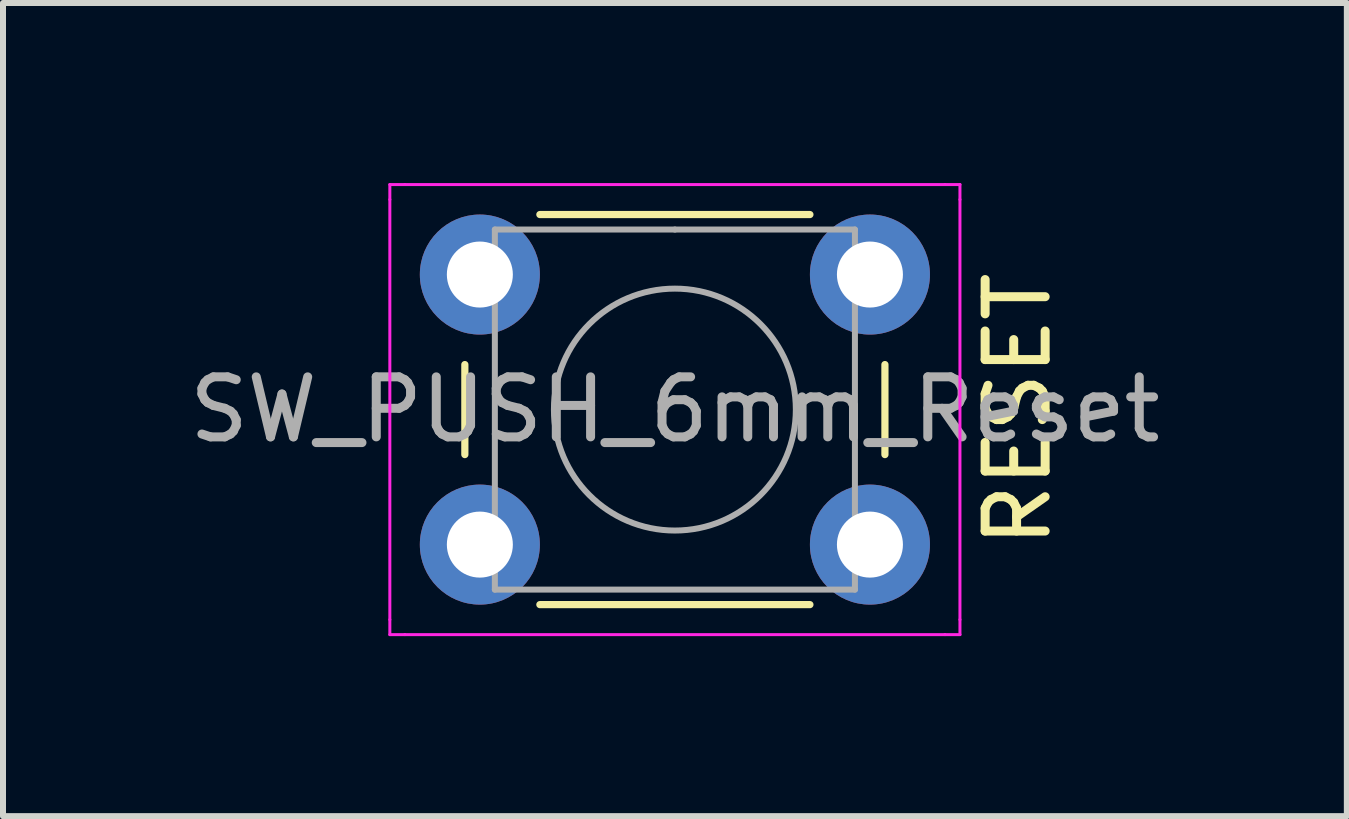
<source format=kicad_pcb>
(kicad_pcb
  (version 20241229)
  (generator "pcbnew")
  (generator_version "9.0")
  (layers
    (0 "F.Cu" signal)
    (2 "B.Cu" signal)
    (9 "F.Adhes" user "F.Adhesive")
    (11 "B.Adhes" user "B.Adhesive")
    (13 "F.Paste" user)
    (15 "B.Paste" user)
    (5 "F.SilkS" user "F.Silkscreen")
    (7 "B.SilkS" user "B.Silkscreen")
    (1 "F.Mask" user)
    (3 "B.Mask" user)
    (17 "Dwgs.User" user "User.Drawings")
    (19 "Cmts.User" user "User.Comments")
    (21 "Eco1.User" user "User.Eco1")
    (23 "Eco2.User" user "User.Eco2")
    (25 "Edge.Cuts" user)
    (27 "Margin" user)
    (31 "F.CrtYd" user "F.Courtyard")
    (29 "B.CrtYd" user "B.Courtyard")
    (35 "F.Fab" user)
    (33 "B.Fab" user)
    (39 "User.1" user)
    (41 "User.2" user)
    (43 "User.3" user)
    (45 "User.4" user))
  (footprint "SW_PUSH_6mm_Reset"
    (layer "F.Cu")
    (at 8.196 3.775)
    (property "Reference" "SW_PUSH_6mm_Reset" (at 0 0 180) (layer "F.Fab") (effects (font (size 1 1) (thickness 0.15))))
    (attr through_hole)
    (fp_line (start -3.5 -0.75) (end -3.5 0.75) (stroke (width 0.12) (type solid)) (layer "F.SilkS"))
    (fp_line (start -2.25 3.25) (end 2.25 3.25) (stroke (width 0.12) (type solid)) (layer "F.SilkS"))
    (fp_line (start 2.25 -3.25) (end -2.25 -3.25) (stroke (width 0.12) (type solid)) (layer "F.SilkS"))
    (fp_line (start 3.5 0.75) (end 3.5 -0.75) (stroke (width 0.12) (type solid)) (layer "F.SilkS"))
    (fp_line (start -4.75 -3.75) (end -4.5 -3.75) (stroke (width 0.05) (type solid)) (layer "F.CrtYd"))
    (fp_line (start -4.75 -3.5) (end -4.75 -3.75) (stroke (width 0.05) (type solid)) (layer "F.CrtYd"))
    (fp_line (start -4.75 3.5) (end -4.75 -3.5) (stroke (width 0.05) (type solid)) (layer "F.CrtYd"))
    (fp_line (start -4.75 3.5) (end -4.75 3.75) (stroke (width 0.05) (type solid)) (layer "F.CrtYd"))
    (fp_line (start -4.75 3.75) (end -4.5 3.75) (stroke (width 0.05) (type solid)) (layer "F.CrtYd"))
    (fp_line (start -4.5 -3.75) (end 4.5 -3.75) (stroke (width 0.05) (type solid)) (layer "F.CrtYd"))
    (fp_line (start 4.5 -3.75) (end 4.75 -3.75) (stroke (width 0.05) (type solid)) (layer "F.CrtYd"))
    (fp_line (start 4.5 3.75) (end -4.5 3.75) (stroke (width 0.05) (type solid)) (layer "F.CrtYd"))
    (fp_line (start 4.5 3.75) (end 4.75 3.75) (stroke (width 0.05) (type solid)) (layer "F.CrtYd"))
    (fp_line (start 4.75 -3.75) (end 4.75 -3.5) (stroke (width 0.05) (type solid)) (layer "F.CrtYd"))
    (fp_line (start 4.75 -3.5) (end 4.75 3.5) (stroke (width 0.05) (type solid)) (layer "F.CrtYd"))
    (fp_line (start 4.75 3.75) (end 4.75 3.5) (stroke (width 0.05) (type solid)) (layer "F.CrtYd"))
    (fp_line (start -3 -3) (end 0 -3) (stroke (width 0.1) (type solid)) (layer "F.Fab"))
    (fp_line (start -3 3) (end -3 -3) (stroke (width 0.1) (type solid)) (layer "F.Fab"))
    (fp_line (start 0 -3) (end 3 -3) (stroke (width 0.1) (type solid)) (layer "F.Fab"))
    (fp_line (start 3 -3) (end 3 3) (stroke (width 0.1) (type solid)) (layer "F.Fab"))
    (fp_line (start 3 3) (end -3 3) (stroke (width 0.1) (type solid)) (layer "F.Fab"))
    (fp_circle (center 0 0) (end -2 0.25) (stroke (width 0.1) (type solid)) (fill no) (layer "F.Fab"))
    (fp_text user "RESET" (at 5.715 0 90) (unlocked yes) (layer "F.SilkS") (effects (font (size 1 1) (thickness 0.15))))
    (pad "1" thru_hole circle (at -3.25 -2.25 90) (size 2 2) (drill 1.1) (layers "*.Cu" "*.Mask"))
    (pad "1" thru_hole circle (at 3.25 -2.25 90) (size 2 2) (drill 1.1) (layers "*.Cu" "*.Mask"))
    (pad "2" thru_hole circle (at -3.25 2.25 90) (size 2 2) (drill 1.1) (layers "*.Cu" "*.Mask"))
    (pad "2" thru_hole circle (at 3.25 2.25 90) (size 2 2) (drill 1.1) (layers "*.Cu" "*.Mask")))
  (gr_rect
    (start -3 -3)
    (end 19.393 10.55)
    (stroke (width 0.1) (type default))
    (fill no)
    (layer "Edge.Cuts")))
</source>
